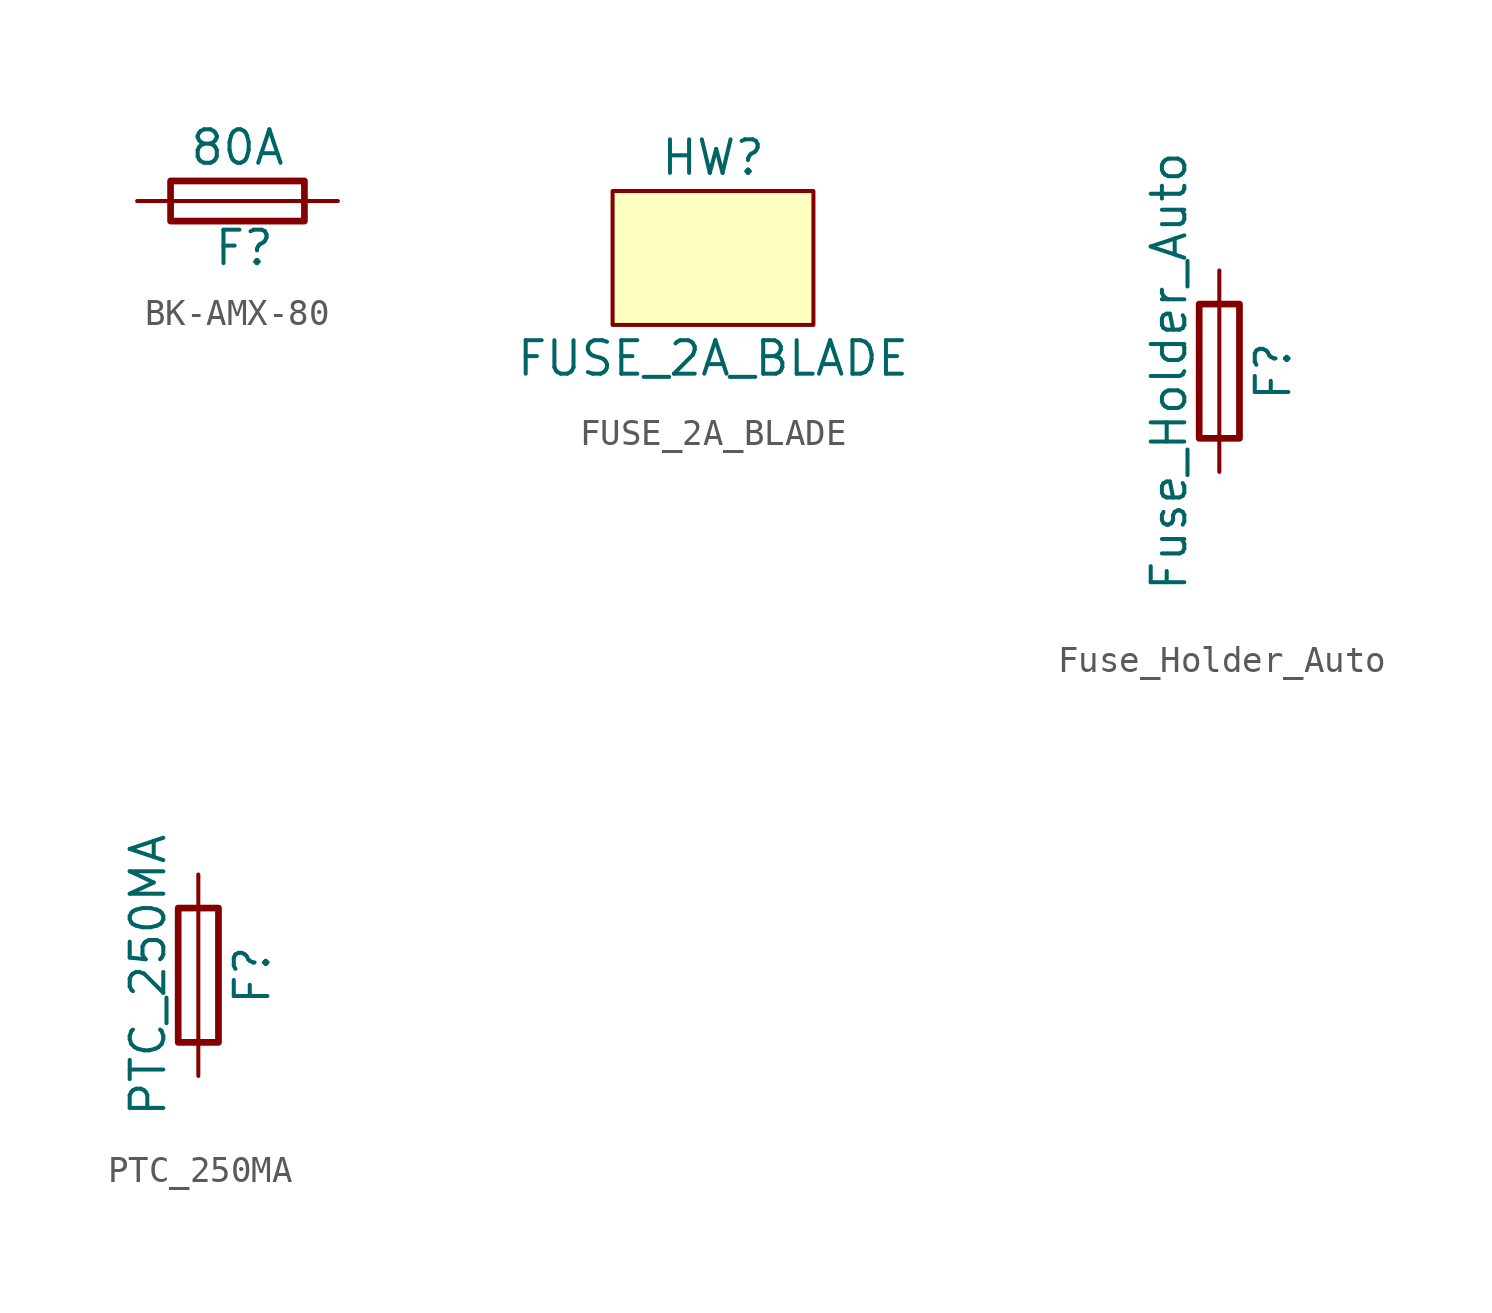
<source format=kicad_sym>
(kicad_symbol_lib
  (version 20231120)
  (generator "kicad_symbol_editor")
  (generator_version "8.0")
  (symbol "BK-AMX-80"
    (pin_numbers hide)
    (pin_names
      (offset 0))
    (property "Reference" "F"
      (at 0.254 -1.778 0)
      (effects (font (size 1.27 1.27))))
    (property "Value" "80A"
      (at 0 2.032 0)
      (effects (font (size 1.27 1.27))))
    (symbol "BK-AMX-80_0_1"
      (rectangle (start -2.54 0.762) (end 2.54 -0.762) (stroke (width 0.254) (type default)) (fill (type none)))
      (polyline (pts (xy -2.54 0) (xy 2.54 0)) (stroke (width 0) (type default)) (fill (type none))))
    (symbol "BK-AMX-80_1_1"
      (pin passive line (at -3.81 0 0) (length 1.27) (name "~" (effects (font (size 1.27 1.27)))) (number "1" (effects (font (size 1.27 1.27)))))
      (pin passive line (at 3.81 0 180) (length 1.27) (name "~" (effects (font (size 1.27 1.27)))) (number "2" (effects (font (size 1.27 1.27)))))))
  (symbol "FUSE_2A_BLADE"
    (pin_names
      (offset 1.016))
    (property "Reference" "HW"
      (at 0 3.81 0)
      (effects (font (size 1.27 1.27))))
    (property "Value" "FUSE_2A_BLADE"
      (at 0 -3.81 0)
      (effects (font (size 1.27 1.27))))
    (symbol "FUSE_2A_BLADE_0_1"
      (rectangle (start -3.81 2.54) (end 3.81 -2.54) (stroke (width 0) (type default)) (fill (type background)))))
  (symbol "Fuse_Holder_Auto"
    (pin_numbers hide)
    (pin_names
      (offset 0))
    (property "Reference" "F"
      (at 2.032 0 90)
      (effects (font (size 1.27 1.27))))
    (property "Value" "Fuse_Holder_Auto"
      (at -1.905 0 90)
      (effects (font (size 1.27 1.27))))
    (symbol "Fuse_Holder_Auto_0_1"
      (rectangle (start -0.762 2.54) (end 0.762 -2.54) (stroke (width 0.254) (type default)) (fill (type none)))
      (polyline (pts (xy 0 2.54) (xy 0 -2.54)) (stroke (width 0) (type default)) (fill (type none))))
    (symbol "Fuse_Holder_Auto_1_1"
      (pin passive line (at 0 3.81 270) (length 1.27) (name "~" (effects (font (size 1.27 1.27)))) (number "1" (effects (font (size 1.27 1.27)))))
      (pin passive line (at 0 -3.81 90) (length 1.27) (name "~" (effects (font (size 1.27 1.27)))) (number "2" (effects (font (size 1.27 1.27)))))))
  (symbol "PTC_250MA"
    (pin_numbers hide)
    (pin_names
      (offset 0))
    (property "Reference" "F"
      (at 2.032 0 90)
      (effects (font (size 1.27 1.27))))
    (property "Value" "PTC_250MA"
      (at -1.905 0 90)
      (effects (font (size 1.27 1.27))))
    (symbol "PTC_250MA_0_1"
      (rectangle (start -0.762 -2.54) (end 0.762 2.54) (stroke (width 0.254) (type default)) (fill (type none)))
      (polyline (pts (xy 0 2.54) (xy 0 -2.54)) (stroke (width 0) (type default)) (fill (type none))))
    (symbol "PTC_250MA_1_1"
      (pin passive line (at 0 3.81 270) (length 1.27) (name "~" (effects (font (size 1.27 1.27)))) (number "1" (effects (font (size 1.27 1.27)))))
      (pin passive line (at 0 -3.81 90) (length 1.27) (name "~" (effects (font (size 1.27 1.27)))) (number "2" (effects (font (size 1.27 1.27))))))))
</source>
